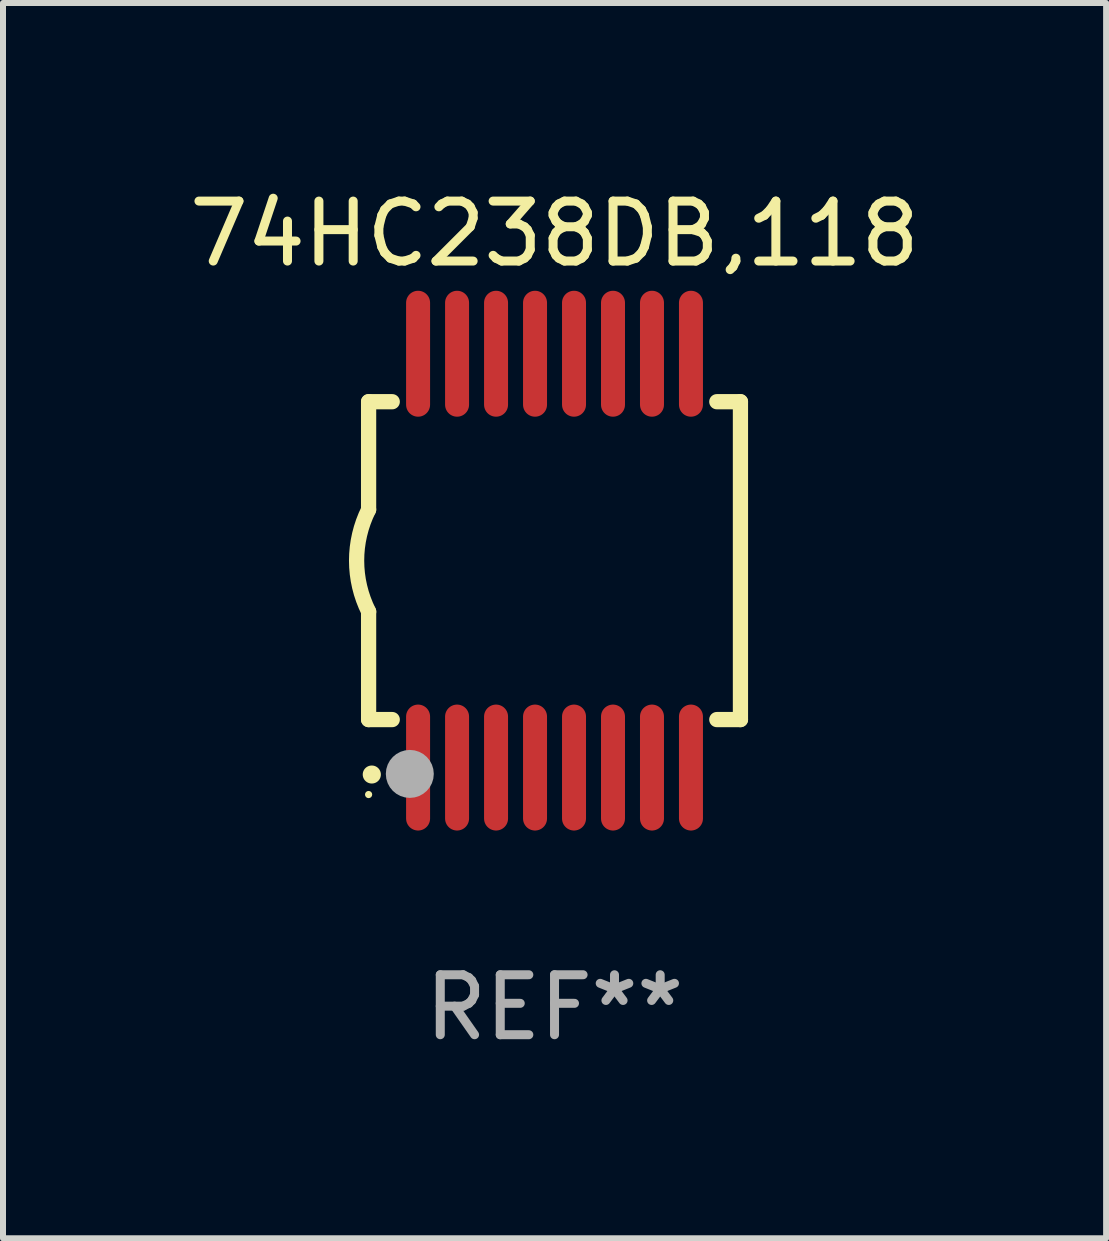
<source format=kicad_pcb>
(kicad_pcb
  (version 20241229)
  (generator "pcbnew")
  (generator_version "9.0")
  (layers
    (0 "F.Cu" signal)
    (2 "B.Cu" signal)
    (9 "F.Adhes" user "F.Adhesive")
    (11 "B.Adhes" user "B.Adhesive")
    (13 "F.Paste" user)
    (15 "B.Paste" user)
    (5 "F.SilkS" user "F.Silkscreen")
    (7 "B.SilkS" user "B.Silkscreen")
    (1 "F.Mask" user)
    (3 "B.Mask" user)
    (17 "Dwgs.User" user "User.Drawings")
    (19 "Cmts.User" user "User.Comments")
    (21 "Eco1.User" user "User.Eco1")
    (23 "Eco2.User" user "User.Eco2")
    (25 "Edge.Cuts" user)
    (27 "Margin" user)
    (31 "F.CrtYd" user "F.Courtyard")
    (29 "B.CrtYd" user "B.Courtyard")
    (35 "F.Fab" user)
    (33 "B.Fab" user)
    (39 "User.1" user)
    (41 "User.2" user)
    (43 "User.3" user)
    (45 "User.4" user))
  (footprint "74HC238DB,118"
    (layer "F.Cu")
    (at 6.196 6.298)
    (property "Reference" "74HC238DB,118" (at 0 -5.45 0) (layer "F.SilkS") (effects (font (size 1 1) (thickness 0.15))))
    (attr through_hole)
    (fp_line (start -3.1 -2.65) (end -3.1 -0.85) (stroke (width 0.254) (type solid)) (layer "F.SilkS"))
    (fp_line (start -3.1 -2.65) (end -2.706 -2.65) (stroke (width 0.254) (type solid)) (layer "F.SilkS"))
    (fp_line (start -3.1 2.65) (end -3.1 0.85) (stroke (width 0.254) (type solid)) (layer "F.SilkS"))
    (fp_line (start -3.1 2.65) (end -2.706 2.65) (stroke (width 0.254) (type solid)) (layer "F.SilkS"))
    (fp_line (start 2.706 -2.65) (end 3.1 -2.65) (stroke (width 0.254) (type solid)) (layer "F.SilkS"))
    (fp_line (start 2.706 2.65) (end 3.1 2.65) (stroke (width 0.254) (type solid)) (layer "F.SilkS"))
    (fp_line (start 3.1 -2.65) (end 3.1 2.65) (stroke (width 0.254) (type solid)) (layer "F.SilkS"))
    (fp_arc (start -3.098907 0.850902) (mid -3.300057 0.000523) (end -3.1 -0.850114) (stroke (width 0.254001) (type solid)) (layer "F.SilkS"))
    (fp_arc (start -3.048006 3.566066) (mid -3.046736 3.566061) (end -3.045466 3.566066) (stroke (width 0.3) (type solid)) (layer "F.SilkS"))
    (fp_circle (center -3.1 3.9) (end -3.07 3.9) (stroke (width 0.06) (type solid)) (fill no) (layer "F.SilkS"))
    (fp_circle (center -2.413 3.556) (end -2.213 3.556) (stroke (width 0.4) (type solid)) (fill no) (layer "F.Fab"))
    (fp_text user "REF**" (at 0 7.45 0) (layer "F.Fab") (effects (font (size 1 1) (thickness 0.15))))
    (pad "1" smd oval (at -2.275 3.45 180) (size 0.4 2.1) (layers "F.Cu" "F.Mask" "F.Paste"))
    (pad "2" smd oval (at -1.625 3.45 180) (size 0.4 2.1) (layers "F.Cu" "F.Mask" "F.Paste"))
    (pad "3" smd oval (at -0.975 3.45 180) (size 0.4 2.1) (layers "F.Cu" "F.Mask" "F.Paste"))
    (pad "4" smd oval (at -0.325 3.45 180) (size 0.4 2.1) (layers "F.Cu" "F.Mask" "F.Paste"))
    (pad "5" smd oval (at 0.325 3.45 180) (size 0.4 2.1) (layers "F.Cu" "F.Mask" "F.Paste"))
    (pad "6" smd oval (at 0.975 3.45 180) (size 0.4 2.1) (layers "F.Cu" "F.Mask" "F.Paste"))
    (pad "7" smd oval (at 1.625 3.45 180) (size 0.4 2.1) (layers "F.Cu" "F.Mask" "F.Paste"))
    (pad "8" smd oval (at 2.275 3.45 180) (size 0.4 2.1) (layers "F.Cu" "F.Mask" "F.Paste"))
    (pad "9" smd oval (at 2.275 -3.45 180) (size 0.4 2.1) (layers "F.Cu" "F.Mask" "F.Paste"))
    (pad "10" smd oval (at 1.625 -3.45 180) (size 0.4 2.1) (layers "F.Cu" "F.Mask" "F.Paste"))
    (pad "11" smd oval (at 0.975 -3.45 180) (size 0.4 2.1) (layers "F.Cu" "F.Mask" "F.Paste"))
    (pad "12" smd oval (at 0.325 -3.45 180) (size 0.4 2.1) (layers "F.Cu" "F.Mask" "F.Paste"))
    (pad "13" smd oval (at -0.325 -3.45 180) (size 0.4 2.1) (layers "F.Cu" "F.Mask" "F.Paste"))
    (pad "14" smd oval (at -0.975 -3.45 180) (size 0.4 2.1) (layers "F.Cu" "F.Mask" "F.Paste"))
    (pad "15" smd oval (at -1.625 -3.45 180) (size 0.4 2.1) (layers "F.Cu" "F.Mask" "F.Paste"))
    (pad "16" smd oval (at -2.275 -3.45 180) (size 0.4 2.1) (layers "F.Cu" "F.Mask" "F.Paste")))
  (gr_rect
    (start -3 -3)
    (end 15.393 17.597)
    (stroke (width 0.1) (type default))
    (fill no)
    (layer "Edge.Cuts")))
</source>
